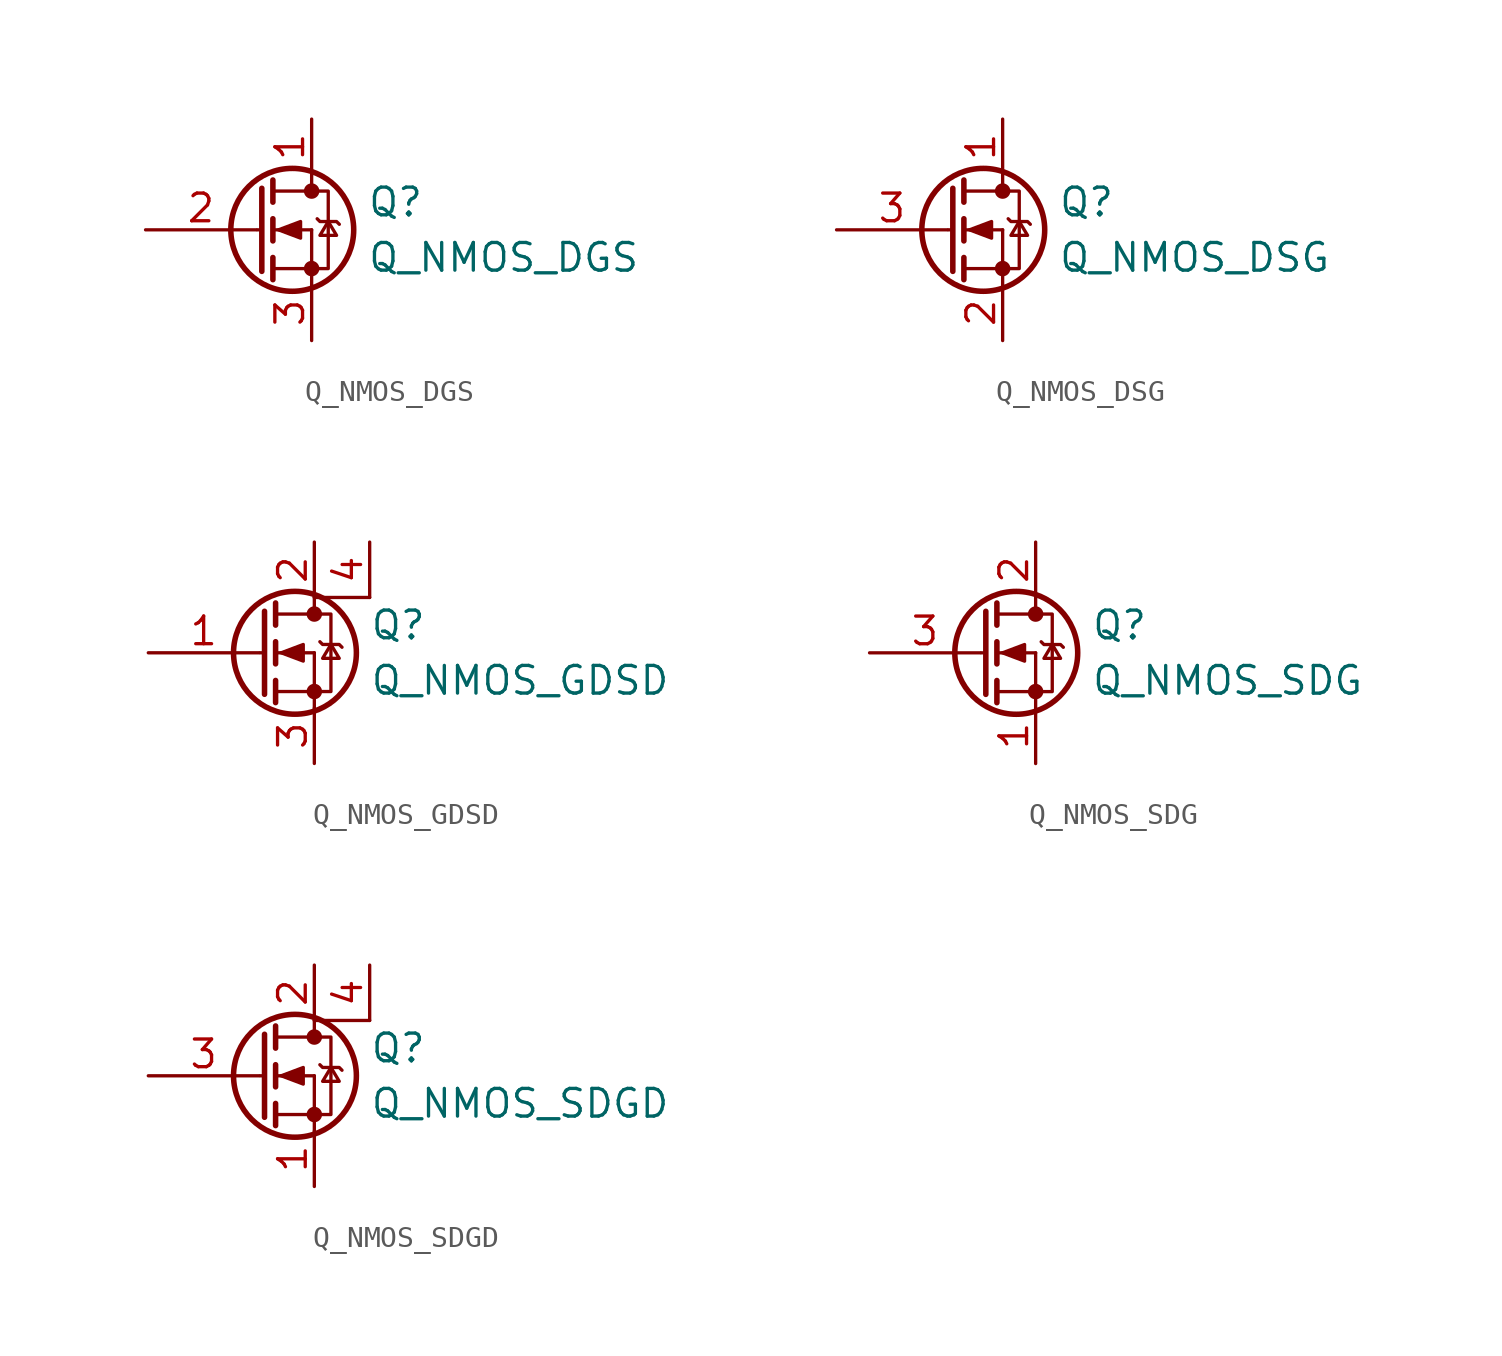
<source format=kicad_sym>
(kicad_symbol_lib
  (version 20211014)
  (generator kicad_symbol_editor)
  (symbol "Q_NMOS_DGS"
    (pin_names
      (offset 0) hide)
    (property "Reference" "Q"
      (at 5.08 1.27 0)
      (effects (font (size 1.27 1.27)) (justify left)))
    (property "Value" "Q_NMOS_DGS"
      (at 5.08 -1.27 0)
      (effects (font (size 1.27 1.27)) (justify left)))
    (symbol "Q_NMOS_DGS_0_1"
      (polyline (pts (xy 0.051 0) (xy 0.254 0)) (stroke (width 0) (type default) (color 0 0 0 0)) (fill (type none)))
      (polyline (pts (xy 0.762 -1.778) (xy 2.54 -1.778)) (stroke (width 0) (type default) (color 0 0 0 0)) (fill (type none)))
      (polyline (pts (xy 0.762 -1.27) (xy 0.762 -2.286)) (stroke (width 0.254) (type default) (color 0 0 0 0)) (fill (type none)))
      (polyline (pts (xy 0.762 0) (xy 2.54 0)) (stroke (width 0) (type default) (color 0 0 0 0)) (fill (type none)))
      (polyline (pts (xy 0.762 0.508) (xy 0.762 -0.508)) (stroke (width 0.254) (type default) (color 0 0 0 0)) (fill (type none)))
      (polyline (pts (xy 0.762 1.778) (xy 2.54 1.778)) (stroke (width 0) (type default) (color 0 0 0 0)) (fill (type none)))
      (polyline (pts (xy 0.762 2.286) (xy 0.762 1.27)) (stroke (width 0.254) (type default) (color 0 0 0 0)) (fill (type none)))
      (polyline (pts (xy 2.54 -1.778) (xy 2.54 -2.54)) (stroke (width 0) (type default) (color 0 0 0 0)) (fill (type none)))
      (polyline (pts (xy 2.54 -1.778) (xy 2.54 0)) (stroke (width 0) (type default) (color 0 0 0 0)) (fill (type none)))
      (polyline (pts (xy 2.54 2.54) (xy 2.54 1.778)) (stroke (width 0) (type default) (color 0 0 0 0)) (fill (type none)))
      (polyline (pts (xy 0.254 1.905) (xy 0.254 -1.905) (xy 0.254 -1.905)) (stroke (width 0.254) (type default) (color 0 0 0 0)) (fill (type none)))
      (polyline (pts (xy 1.016 0) (xy 2.032 0.381) (xy 2.032 -0.381) (xy 1.016 0)) (stroke (width 0) (type default) (color 0 0 0 0)) (fill (type outline)))
      (polyline (pts (xy 2.54 -1.778) (xy 3.302 -1.778) (xy 3.302 1.778) (xy 2.54 1.778)) (stroke (width 0) (type default) (color 0 0 0 0)) (fill (type none)))
      (polyline (pts (xy 2.794 0.508) (xy 2.921 0.381) (xy 3.683 0.381) (xy 3.81 0.254)) (stroke (width 0) (type default) (color 0 0 0 0)) (fill (type none)))
      (polyline (pts (xy 3.302 0.381) (xy 2.921 -0.254) (xy 3.683 -0.254) (xy 3.302 0.381)) (stroke (width 0) (type default) (color 0 0 0 0)) (fill (type none)))
      (circle (center 1.651 0) (radius 2.819) (stroke (width 0.254) (type default) (color 0 0 0 0)) (fill (type none)))
      (circle (center 2.54 -1.778) (radius 0.279) (stroke (width 0) (type default) (color 0 0 0 0)) (fill (type outline)))
      (circle (center 2.54 1.778) (radius 0.279) (stroke (width 0) (type default) (color 0 0 0 0)) (fill (type outline))))
    (symbol "Q_NMOS_DGS_1_1"
      (pin passive line (at 2.54 5.08 270) (length 2.54) (name "D" (effects (font (size 1.27 1.27)))) (number "1" (effects (font (size 1.27 1.27)))))
      (pin input line (at -5.08 0 0) (length 5.08) (name "G" (effects (font (size 1.27 1.27)))) (number "2" (effects (font (size 1.27 1.27)))))
      (pin passive line (at 2.54 -5.08 90) (length 2.54) (name "S" (effects (font (size 1.27 1.27)))) (number "3" (effects (font (size 1.27 1.27)))))))
  (symbol "Q_NMOS_DSG"
    (pin_names
      (offset 0) hide)
    (property "Reference" "Q"
      (at 5.08 1.27 0)
      (effects (font (size 1.27 1.27)) (justify left)))
    (property "Value" "Q_NMOS_DSG"
      (at 5.08 -1.27 0)
      (effects (font (size 1.27 1.27)) (justify left)))
    (symbol "Q_NMOS_DSG_0_1"
      (polyline (pts (xy 0.051 0) (xy 0.254 0)) (stroke (width 0) (type default) (color 0 0 0 0)) (fill (type none)))
      (polyline (pts (xy 0.762 -1.778) (xy 2.54 -1.778)) (stroke (width 0) (type default) (color 0 0 0 0)) (fill (type none)))
      (polyline (pts (xy 0.762 -1.27) (xy 0.762 -2.286)) (stroke (width 0.254) (type default) (color 0 0 0 0)) (fill (type none)))
      (polyline (pts (xy 0.762 0) (xy 2.54 0)) (stroke (width 0) (type default) (color 0 0 0 0)) (fill (type none)))
      (polyline (pts (xy 0.762 0.508) (xy 0.762 -0.508)) (stroke (width 0.254) (type default) (color 0 0 0 0)) (fill (type none)))
      (polyline (pts (xy 0.762 1.778) (xy 2.54 1.778)) (stroke (width 0) (type default) (color 0 0 0 0)) (fill (type none)))
      (polyline (pts (xy 0.762 2.286) (xy 0.762 1.27)) (stroke (width 0.254) (type default) (color 0 0 0 0)) (fill (type none)))
      (polyline (pts (xy 2.54 -1.778) (xy 2.54 -2.54)) (stroke (width 0) (type default) (color 0 0 0 0)) (fill (type none)))
      (polyline (pts (xy 2.54 -1.778) (xy 2.54 0)) (stroke (width 0) (type default) (color 0 0 0 0)) (fill (type none)))
      (polyline (pts (xy 2.54 2.54) (xy 2.54 1.778)) (stroke (width 0) (type default) (color 0 0 0 0)) (fill (type none)))
      (polyline (pts (xy 0.254 1.905) (xy 0.254 -1.905) (xy 0.254 -1.905)) (stroke (width 0.254) (type default) (color 0 0 0 0)) (fill (type none)))
      (polyline (pts (xy 1.016 0) (xy 2.032 0.381) (xy 2.032 -0.381) (xy 1.016 0)) (stroke (width 0) (type default) (color 0 0 0 0)) (fill (type outline)))
      (polyline (pts (xy 2.54 -1.778) (xy 3.302 -1.778) (xy 3.302 1.778) (xy 2.54 1.778)) (stroke (width 0) (type default) (color 0 0 0 0)) (fill (type none)))
      (polyline (pts (xy 2.794 0.508) (xy 2.921 0.381) (xy 3.683 0.381) (xy 3.81 0.254)) (stroke (width 0) (type default) (color 0 0 0 0)) (fill (type none)))
      (polyline (pts (xy 3.302 0.381) (xy 2.921 -0.254) (xy 3.683 -0.254) (xy 3.302 0.381)) (stroke (width 0) (type default) (color 0 0 0 0)) (fill (type none)))
      (circle (center 1.651 0) (radius 2.819) (stroke (width 0.254) (type default) (color 0 0 0 0)) (fill (type none)))
      (circle (center 2.54 -1.778) (radius 0.279) (stroke (width 0) (type default) (color 0 0 0 0)) (fill (type outline)))
      (circle (center 2.54 1.778) (radius 0.279) (stroke (width 0) (type default) (color 0 0 0 0)) (fill (type outline))))
    (symbol "Q_NMOS_DSG_1_1"
      (pin passive line (at 2.54 5.08 270) (length 2.54) (name "D" (effects (font (size 1.27 1.27)))) (number "1" (effects (font (size 1.27 1.27)))))
      (pin passive line (at 2.54 -5.08 90) (length 2.54) (name "S" (effects (font (size 1.27 1.27)))) (number "2" (effects (font (size 1.27 1.27)))))
      (pin input line (at -5.08 0 0) (length 5.08) (name "G" (effects (font (size 1.27 1.27)))) (number "3" (effects (font (size 1.27 1.27)))))))
  (symbol "Q_NMOS_GDSD"
    (pin_names
      (offset 0) hide)
    (property "Reference" "Q"
      (at 5.08 1.27 0)
      (effects (font (size 1.27 1.27)) (justify left)))
    (property "Value" "Q_NMOS_GDSD"
      (at 5.08 -1.27 0)
      (effects (font (size 1.27 1.27)) (justify left)))
    (symbol "Q_NMOS_GDSD_0_1"
      (polyline (pts (xy 0.051 0) (xy 0.254 0)) (stroke (width 0) (type default) (color 0 0 0 0)) (fill (type none)))
      (polyline (pts (xy 0.762 -1.778) (xy 2.54 -1.778)) (stroke (width 0) (type default) (color 0 0 0 0)) (fill (type none)))
      (polyline (pts (xy 0.762 -1.27) (xy 0.762 -2.286)) (stroke (width 0.254) (type default) (color 0 0 0 0)) (fill (type none)))
      (polyline (pts (xy 0.762 0) (xy 2.54 0)) (stroke (width 0) (type default) (color 0 0 0 0)) (fill (type none)))
      (polyline (pts (xy 0.762 0.508) (xy 0.762 -0.508)) (stroke (width 0.254) (type default) (color 0 0 0 0)) (fill (type none)))
      (polyline (pts (xy 0.762 1.778) (xy 2.54 1.778)) (stroke (width 0) (type default) (color 0 0 0 0)) (fill (type none)))
      (polyline (pts (xy 0.762 2.286) (xy 0.762 1.27)) (stroke (width 0.254) (type default) (color 0 0 0 0)) (fill (type none)))
      (polyline (pts (xy 2.54 -1.778) (xy 2.54 -2.54)) (stroke (width 0) (type default) (color 0 0 0 0)) (fill (type none)))
      (polyline (pts (xy 2.54 -1.778) (xy 2.54 0)) (stroke (width 0) (type default) (color 0 0 0 0)) (fill (type none)))
      (polyline (pts (xy 2.54 2.54) (xy 2.54 1.778)) (stroke (width 0) (type default) (color 0 0 0 0)) (fill (type none)))
      (polyline (pts (xy 2.54 2.54) (xy 5.08 2.54)) (stroke (width 0) (type default) (color 0 0 0 0)) (fill (type none)))
      (polyline (pts (xy 0.254 1.905) (xy 0.254 -1.905) (xy 0.254 -1.905)) (stroke (width 0.254) (type default) (color 0 0 0 0)) (fill (type none)))
      (polyline (pts (xy 1.016 0) (xy 2.032 0.381) (xy 2.032 -0.381) (xy 1.016 0)) (stroke (width 0) (type default) (color 0 0 0 0)) (fill (type outline)))
      (polyline (pts (xy 2.54 -1.778) (xy 3.302 -1.778) (xy 3.302 1.778) (xy 2.54 1.778)) (stroke (width 0) (type default) (color 0 0 0 0)) (fill (type none)))
      (polyline (pts (xy 2.794 0.508) (xy 2.921 0.381) (xy 3.683 0.381) (xy 3.81 0.254)) (stroke (width 0) (type default) (color 0 0 0 0)) (fill (type none)))
      (polyline (pts (xy 3.302 0.381) (xy 2.921 -0.254) (xy 3.683 -0.254) (xy 3.302 0.381)) (stroke (width 0) (type default) (color 0 0 0 0)) (fill (type none)))
      (circle (center 1.651 0) (radius 2.819) (stroke (width 0.254) (type default) (color 0 0 0 0)) (fill (type none)))
      (circle (center 2.54 -1.778) (radius 0.279) (stroke (width 0) (type default) (color 0 0 0 0)) (fill (type outline)))
      (circle (center 2.54 1.778) (radius 0.279) (stroke (width 0) (type default) (color 0 0 0 0)) (fill (type outline))))
    (symbol "Q_NMOS_GDSD_1_1"
      (pin input line (at -5.08 0 0) (length 5.08) (name "G" (effects (font (size 1.27 1.27)))) (number "1" (effects (font (size 1.27 1.27)))))
      (pin passive line (at 2.54 5.08 270) (length 2.54) (name "D" (effects (font (size 1.27 1.27)))) (number "2" (effects (font (size 1.27 1.27)))))
      (pin passive line (at 2.54 -5.08 90) (length 2.54) (name "S" (effects (font (size 1.27 1.27)))) (number "3" (effects (font (size 1.27 1.27)))))
      (pin passive line (at 5.08 5.08 270) (length 2.54) (name "D" (effects (font (size 1.27 1.27)))) (number "4" (effects (font (size 1.27 1.27)))))))
  (symbol "Q_NMOS_SDG"
    (pin_names
      (offset 0) hide)
    (property "Reference" "Q"
      (at 5.08 1.27 0)
      (effects (font (size 1.27 1.27)) (justify left)))
    (property "Value" "Q_NMOS_SDG"
      (at 5.08 -1.27 0)
      (effects (font (size 1.27 1.27)) (justify left)))
    (symbol "Q_NMOS_SDG_0_1"
      (polyline (pts (xy 0.051 0) (xy 0.254 0)) (stroke (width 0) (type default) (color 0 0 0 0)) (fill (type none)))
      (polyline (pts (xy 0.762 -1.778) (xy 2.54 -1.778)) (stroke (width 0) (type default) (color 0 0 0 0)) (fill (type none)))
      (polyline (pts (xy 0.762 -1.27) (xy 0.762 -2.286)) (stroke (width 0.254) (type default) (color 0 0 0 0)) (fill (type none)))
      (polyline (pts (xy 0.762 0) (xy 2.54 0)) (stroke (width 0) (type default) (color 0 0 0 0)) (fill (type none)))
      (polyline (pts (xy 0.762 0.508) (xy 0.762 -0.508)) (stroke (width 0.254) (type default) (color 0 0 0 0)) (fill (type none)))
      (polyline (pts (xy 0.762 1.778) (xy 2.54 1.778)) (stroke (width 0) (type default) (color 0 0 0 0)) (fill (type none)))
      (polyline (pts (xy 0.762 2.286) (xy 0.762 1.27)) (stroke (width 0.254) (type default) (color 0 0 0 0)) (fill (type none)))
      (polyline (pts (xy 2.54 -1.778) (xy 2.54 -2.54)) (stroke (width 0) (type default) (color 0 0 0 0)) (fill (type none)))
      (polyline (pts (xy 2.54 -1.778) (xy 2.54 0)) (stroke (width 0) (type default) (color 0 0 0 0)) (fill (type none)))
      (polyline (pts (xy 2.54 2.54) (xy 2.54 1.778)) (stroke (width 0) (type default) (color 0 0 0 0)) (fill (type none)))
      (polyline (pts (xy 0.254 1.905) (xy 0.254 -1.905) (xy 0.254 -1.905)) (stroke (width 0.254) (type default) (color 0 0 0 0)) (fill (type none)))
      (polyline (pts (xy 1.016 0) (xy 2.032 0.381) (xy 2.032 -0.381) (xy 1.016 0)) (stroke (width 0) (type default) (color 0 0 0 0)) (fill (type outline)))
      (polyline (pts (xy 2.54 -1.778) (xy 3.302 -1.778) (xy 3.302 1.778) (xy 2.54 1.778)) (stroke (width 0) (type default) (color 0 0 0 0)) (fill (type none)))
      (polyline (pts (xy 2.794 0.508) (xy 2.921 0.381) (xy 3.683 0.381) (xy 3.81 0.254)) (stroke (width 0) (type default) (color 0 0 0 0)) (fill (type none)))
      (polyline (pts (xy 3.302 0.381) (xy 2.921 -0.254) (xy 3.683 -0.254) (xy 3.302 0.381)) (stroke (width 0) (type default) (color 0 0 0 0)) (fill (type none)))
      (circle (center 1.651 0) (radius 2.819) (stroke (width 0.254) (type default) (color 0 0 0 0)) (fill (type none)))
      (circle (center 2.54 -1.778) (radius 0.279) (stroke (width 0) (type default) (color 0 0 0 0)) (fill (type outline)))
      (circle (center 2.54 1.778) (radius 0.279) (stroke (width 0) (type default) (color 0 0 0 0)) (fill (type outline))))
    (symbol "Q_NMOS_SDG_1_1"
      (pin passive line (at 2.54 -5.08 90) (length 2.54) (name "S" (effects (font (size 1.27 1.27)))) (number "1" (effects (font (size 1.27 1.27)))))
      (pin passive line (at 2.54 5.08 270) (length 2.54) (name "D" (effects (font (size 1.27 1.27)))) (number "2" (effects (font (size 1.27 1.27)))))
      (pin input line (at -5.08 0 0) (length 5.08) (name "G" (effects (font (size 1.27 1.27)))) (number "3" (effects (font (size 1.27 1.27)))))))
  (symbol "Q_NMOS_SDGD"
    (pin_names
      (offset 0) hide)
    (property "Reference" "Q"
      (at 5.08 1.27 0)
      (effects (font (size 1.27 1.27)) (justify left)))
    (property "Value" "Q_NMOS_SDGD"
      (at 5.08 -1.27 0)
      (effects (font (size 1.27 1.27)) (justify left)))
    (symbol "Q_NMOS_SDGD_0_1"
      (polyline (pts (xy 0.051 0) (xy 0.254 0)) (stroke (width 0) (type default) (color 0 0 0 0)) (fill (type none)))
      (polyline (pts (xy 0.762 -1.778) (xy 2.54 -1.778)) (stroke (width 0) (type default) (color 0 0 0 0)) (fill (type none)))
      (polyline (pts (xy 0.762 -1.27) (xy 0.762 -2.286)) (stroke (width 0.254) (type default) (color 0 0 0 0)) (fill (type none)))
      (polyline (pts (xy 0.762 0) (xy 2.54 0)) (stroke (width 0) (type default) (color 0 0 0 0)) (fill (type none)))
      (polyline (pts (xy 0.762 0.508) (xy 0.762 -0.508)) (stroke (width 0.254) (type default) (color 0 0 0 0)) (fill (type none)))
      (polyline (pts (xy 0.762 1.778) (xy 2.54 1.778)) (stroke (width 0) (type default) (color 0 0 0 0)) (fill (type none)))
      (polyline (pts (xy 0.762 2.286) (xy 0.762 1.27)) (stroke (width 0.254) (type default) (color 0 0 0 0)) (fill (type none)))
      (polyline (pts (xy 2.54 -1.778) (xy 2.54 -2.54)) (stroke (width 0) (type default) (color 0 0 0 0)) (fill (type none)))
      (polyline (pts (xy 2.54 -1.778) (xy 2.54 0)) (stroke (width 0) (type default) (color 0 0 0 0)) (fill (type none)))
      (polyline (pts (xy 2.54 2.54) (xy 2.54 1.778)) (stroke (width 0) (type default) (color 0 0 0 0)) (fill (type none)))
      (polyline (pts (xy 2.54 2.54) (xy 5.08 2.54)) (stroke (width 0) (type default) (color 0 0 0 0)) (fill (type none)))
      (polyline (pts (xy 0.254 1.905) (xy 0.254 -1.905) (xy 0.254 -1.905)) (stroke (width 0.254) (type default) (color 0 0 0 0)) (fill (type none)))
      (polyline (pts (xy 1.016 0) (xy 2.032 0.381) (xy 2.032 -0.381) (xy 1.016 0)) (stroke (width 0) (type default) (color 0 0 0 0)) (fill (type outline)))
      (polyline (pts (xy 2.54 -1.778) (xy 3.302 -1.778) (xy 3.302 1.778) (xy 2.54 1.778)) (stroke (width 0) (type default) (color 0 0 0 0)) (fill (type none)))
      (polyline (pts (xy 2.794 0.508) (xy 2.921 0.381) (xy 3.683 0.381) (xy 3.81 0.254)) (stroke (width 0) (type default) (color 0 0 0 0)) (fill (type none)))
      (polyline (pts (xy 3.302 0.381) (xy 2.921 -0.254) (xy 3.683 -0.254) (xy 3.302 0.381)) (stroke (width 0) (type default) (color 0 0 0 0)) (fill (type none)))
      (circle (center 1.651 0) (radius 2.819) (stroke (width 0.254) (type default) (color 0 0 0 0)) (fill (type none)))
      (circle (center 2.54 -1.778) (radius 0.279) (stroke (width 0) (type default) (color 0 0 0 0)) (fill (type outline)))
      (circle (center 2.54 1.778) (radius 0.279) (stroke (width 0) (type default) (color 0 0 0 0)) (fill (type outline))))
    (symbol "Q_NMOS_SDGD_1_1"
      (pin passive line (at 2.54 -5.08 90) (length 2.54) (name "S" (effects (font (size 1.27 1.27)))) (number "1" (effects (font (size 1.27 1.27)))))
      (pin passive line (at 2.54 5.08 270) (length 2.54) (name "D" (effects (font (size 1.27 1.27)))) (number "2" (effects (font (size 1.27 1.27)))))
      (pin input line (at -5.08 0 0) (length 5.08) (name "G" (effects (font (size 1.27 1.27)))) (number "3" (effects (font (size 1.27 1.27)))))
      (pin passive line (at 5.08 5.08 270) (length 2.54) (name "D" (effects (font (size 1.27 1.27)))) (number "4" (effects (font (size 1.27 1.27))))))))
</source>
